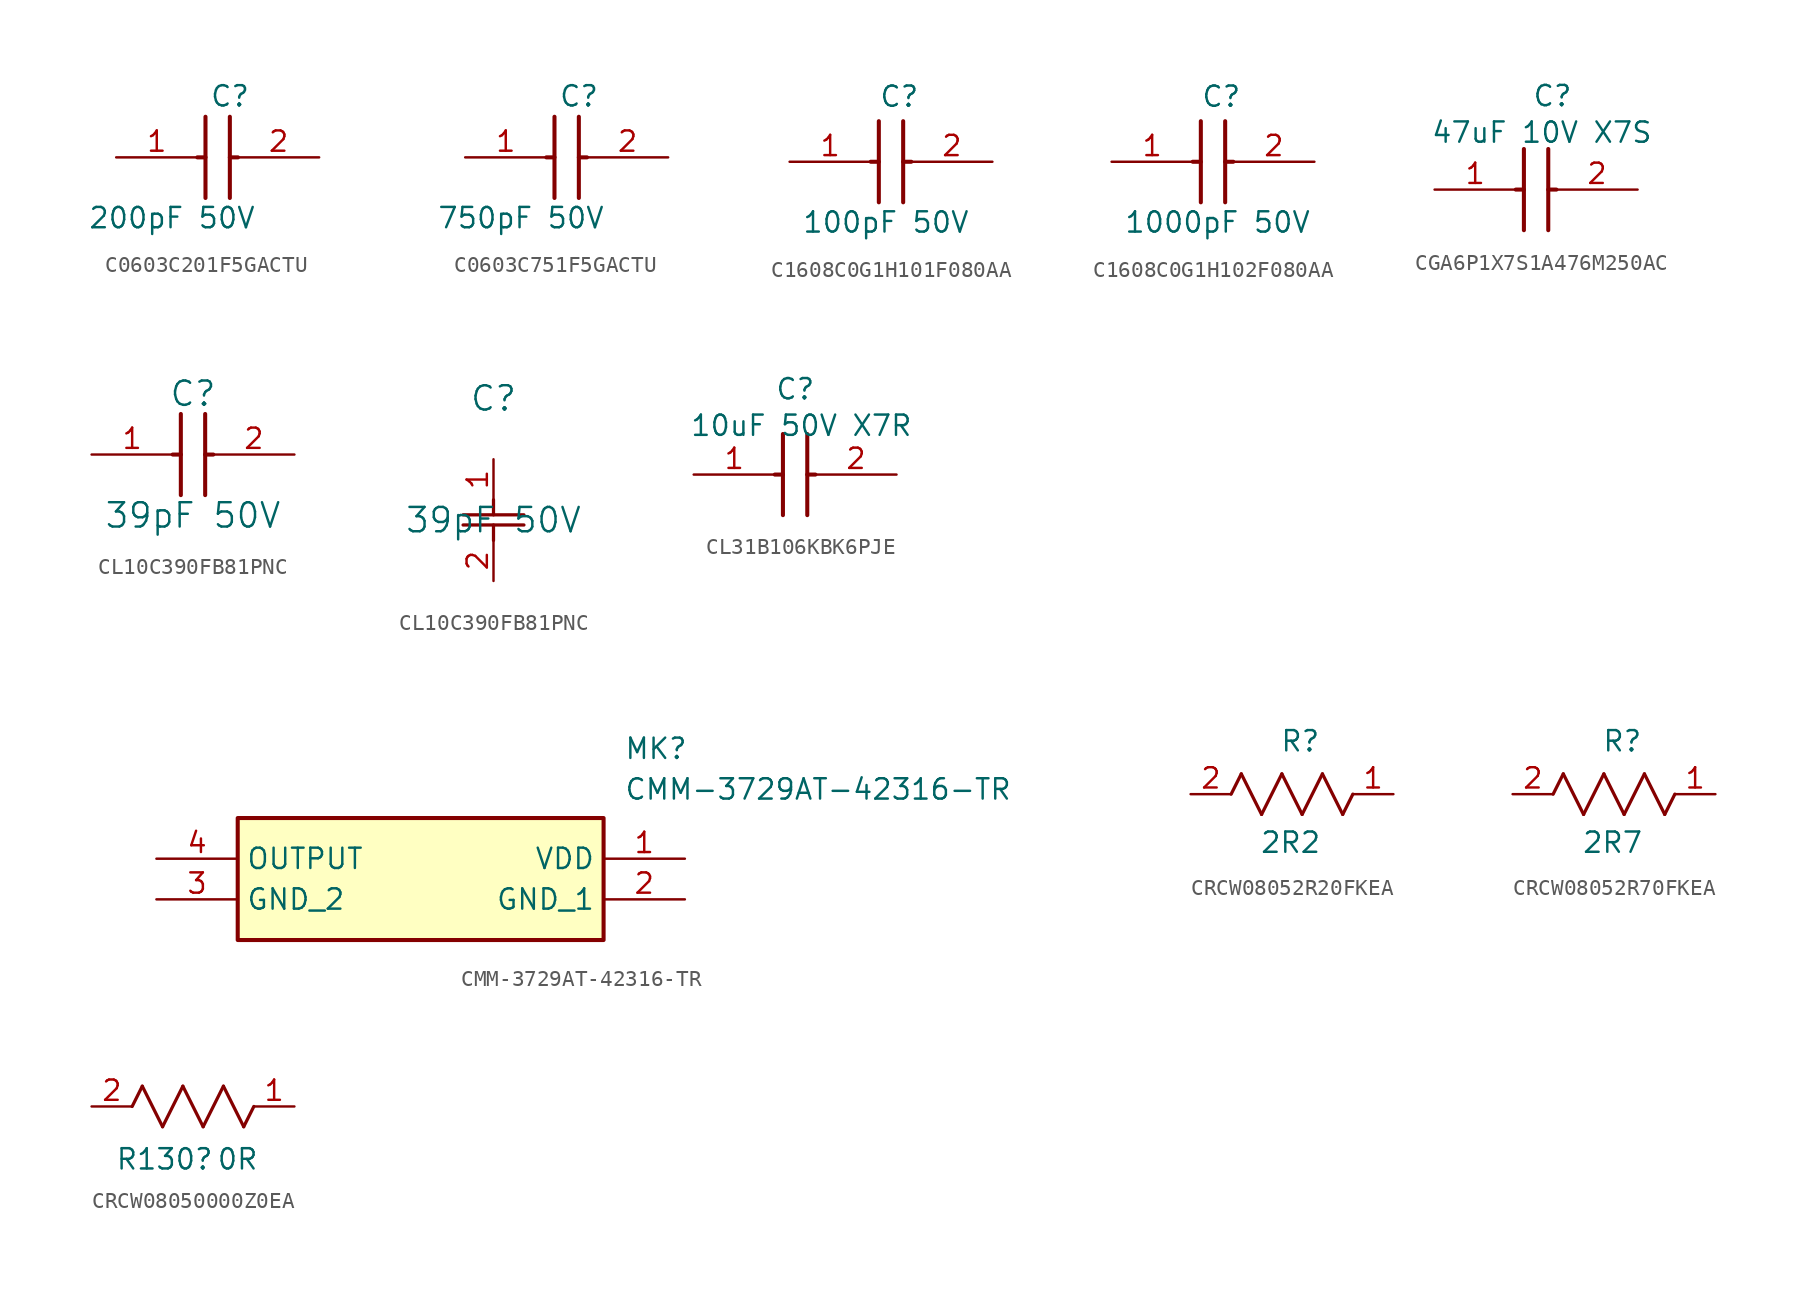
<source format=kicad_sym>
(kicad_symbol_lib
  (version 20241209)
  (generator "kicad_symbol_editor")
  (generator_version "9.0")
  (symbol "C0603C201F5GACTU"
    (pin_names
      (hide yes))
    (property "Reference" "C"
      (at -0.508 4.572 0)
      (effects (font (size 1.27 1.27)) (justify left top)))
    (property "Value" "200pF 50V"
      (at -8.128 -3.048 0)
      (effects (font (size 1.27 1.27)) (justify left top)))
    (symbol "C0603C201F5GACTU_1_1"
      (polyline (pts (xy -1.27 0) (xy -0.762 0)) (stroke (width 0.254) (type default)) (fill (type none)))
      (polyline (pts (xy -0.762 2.54) (xy -0.762 -2.54)) (stroke (width 0.254) (type default)) (fill (type none)))
      (polyline (pts (xy 0.762 2.54) (xy 0.762 -2.54)) (stroke (width 0.254) (type default)) (fill (type none)))
      (polyline (pts (xy 0.762 0) (xy 1.27 0)) (stroke (width 0.254) (type default)) (fill (type none)))
      (pin passive line (at -6.35 0 0) (length 5.08) (name "1" (effects (font (size 1.27 1.27)))) (number "1" (effects (font (size 1.27 1.27)))))
      (pin passive line (at 6.35 0 180) (length 5.08) (name "2" (effects (font (size 1.27 1.27)))) (number "2" (effects (font (size 1.27 1.27)))))))
  (symbol "C0603C751F5GACTU"
    (pin_names
      (hide yes))
    (property "Reference" "C"
      (at -0.508 4.572 0)
      (effects (font (size 1.27 1.27)) (justify left top)))
    (property "Value" "750pF 50V"
      (at -8.128 -3.048 0)
      (effects (font (size 1.27 1.27)) (justify left top)))
    (symbol "C0603C751F5GACTU_1_1"
      (polyline (pts (xy -1.27 0) (xy -0.762 0)) (stroke (width 0.254) (type default)) (fill (type none)))
      (polyline (pts (xy -0.762 2.54) (xy -0.762 -2.54)) (stroke (width 0.254) (type default)) (fill (type none)))
      (polyline (pts (xy 0.762 2.54) (xy 0.762 -2.54)) (stroke (width 0.254) (type default)) (fill (type none)))
      (polyline (pts (xy 0.762 0) (xy 1.27 0)) (stroke (width 0.254) (type default)) (fill (type none)))
      (pin passive line (at -6.35 0 0) (length 5.08) (name "1" (effects (font (size 1.27 1.27)))) (number "1" (effects (font (size 1.27 1.27)))))
      (pin passive line (at 6.35 0 180) (length 5.08) (name "2" (effects (font (size 1.27 1.27)))) (number "2" (effects (font (size 1.27 1.27)))))))
  (symbol "C1608C0G1H101F080AA"
    (pin_names
      (hide yes))
    (property "Reference" "C"
      (at -0.762 4.826 0)
      (effects (font (size 1.27 1.27)) (justify left top)))
    (property "Value" "100pF 50V"
      (at -5.588 -3.048 0)
      (effects (font (size 1.27 1.27)) (justify left top)))
    (symbol "C1608C0G1H101F080AA_1_1"
      (polyline (pts (xy -1.27 0) (xy -0.762 0)) (stroke (width 0.254) (type default)) (fill (type none)))
      (polyline (pts (xy -0.762 2.54) (xy -0.762 -2.54)) (stroke (width 0.254) (type default)) (fill (type none)))
      (polyline (pts (xy 0.762 2.54) (xy 0.762 -2.54)) (stroke (width 0.254) (type default)) (fill (type none)))
      (polyline (pts (xy 0.762 0) (xy 1.27 0)) (stroke (width 0.254) (type default)) (fill (type none)))
      (pin passive line (at -6.35 0 0) (length 5.08) (name "1" (effects (font (size 1.27 1.27)))) (number "1" (effects (font (size 1.27 1.27)))))
      (pin passive line (at 6.35 0 180) (length 5.08) (name "2" (effects (font (size 1.27 1.27)))) (number "2" (effects (font (size 1.27 1.27)))))))
  (symbol "C1608C0G1H102F080AA"
    (pin_names
      (hide yes))
    (property "Reference" "C"
      (at -0.762 4.826 0)
      (effects (font (size 1.27 1.27)) (justify left top)))
    (property "Value" "1000pF 50V"
      (at -5.588 -3.048 0)
      (effects (font (size 1.27 1.27)) (justify left top)))
    (symbol "C1608C0G1H102F080AA_1_1"
      (polyline (pts (xy -1.27 0) (xy -0.762 0)) (stroke (width 0.254) (type default)) (fill (type none)))
      (polyline (pts (xy -0.762 2.54) (xy -0.762 -2.54)) (stroke (width 0.254) (type default)) (fill (type none)))
      (polyline (pts (xy 0.762 2.54) (xy 0.762 -2.54)) (stroke (width 0.254) (type default)) (fill (type none)))
      (polyline (pts (xy 0.762 0) (xy 1.27 0)) (stroke (width 0.254) (type default)) (fill (type none)))
      (pin passive line (at -6.35 0 0) (length 5.08) (name "1" (effects (font (size 1.27 1.27)))) (number "1" (effects (font (size 1.27 1.27)))))
      (pin passive line (at 6.35 0 180) (length 5.08) (name "2" (effects (font (size 1.27 1.27)))) (number "2" (effects (font (size 1.27 1.27)))))))
  (symbol "CGA6P1X7S1A476M250AC"
    (pin_names
      (hide yes))
    (property "Reference" "C"
      (at 6.096 6.604 0)
      (effects (font (size 1.27 1.27)) (justify left top)))
    (property "Value" "47uF 10V X7S"
      (at -0.254 4.318 0)
      (effects (font (size 1.27 1.27)) (justify left top)))
    (symbol "CGA6P1X7S1A476M250AC_1_1"
      (polyline (pts (xy 5.08 0) (xy 5.588 0)) (stroke (width 0.254) (type default)) (fill (type none)))
      (polyline (pts (xy 5.588 2.54) (xy 5.588 -2.54)) (stroke (width 0.254) (type default)) (fill (type none)))
      (polyline (pts (xy 7.112 2.54) (xy 7.112 -2.54)) (stroke (width 0.254) (type default)) (fill (type none)))
      (polyline (pts (xy 7.112 0) (xy 7.62 0)) (stroke (width 0.254) (type default)) (fill (type none)))
      (pin passive line (at 0 0 0) (length 5.08) (name "1" (effects (font (size 1.27 1.27)))) (number "1" (effects (font (size 1.27 1.27)))))
      (pin passive line (at 12.7 0 180) (length 5.08) (name "2" (effects (font (size 1.27 1.27)))) (number "2" (effects (font (size 1.27 1.27)))))))
  (symbol "CL10C390FB81PNC"
    (pin_names
      (offset 0.254)
      (hide yes))
    (property "Reference" "C"
      (at 0 3.81 0)
      (effects (font (size 1.524 1.524))))
    (property "Value" "39pF 50V"
      (at 0 -3.81 0)
      (effects (font (size 1.524 1.524))))
    (symbol "CL10C390FB81PNC_1_1"
      (polyline (pts (xy -1.27 0) (xy -0.762 0)) (stroke (width 0.254) (type default)) (fill (type none)))
      (polyline (pts (xy -0.762 2.54) (xy -0.762 -2.54)) (stroke (width 0.254) (type default)) (fill (type none)))
      (polyline (pts (xy 0.762 2.54) (xy 0.762 -2.54)) (stroke (width 0.254) (type default)) (fill (type none)))
      (polyline (pts (xy 0.762 0) (xy 1.27 0)) (stroke (width 0.254) (type default)) (fill (type none)))
      (pin passive line (at -6.35 0 0) (length 5.08) (name "1" (effects (font (size 1.27 1.27)))) (number "1" (effects (font (size 1.27 1.27)))))
      (pin passive line (at 6.35 0 180) (length 5.08) (name "2" (effects (font (size 1.27 1.27)))) (number "2" (effects (font (size 1.27 1.27))))))
    (symbol "CL10C390FB81PNC_1_2"
      (polyline (pts (xy -1.905 -3.48) (xy 1.905 -3.48)) (stroke (width 0.203) (type default)) (fill (type none)))
      (polyline (pts (xy -1.905 -4.115) (xy 1.905 -4.115)) (stroke (width 0.203) (type default)) (fill (type none)))
      (polyline (pts (xy 0 -2.54) (xy 0 -3.48)) (stroke (width 0.203) (type default)) (fill (type none)))
      (polyline (pts (xy 0 -4.115) (xy 0 -5.08)) (stroke (width 0.203) (type default)) (fill (type none)))
      (pin unspecified line (at 0 0 270) (length 2.54) (name "" (effects (font (size 1.27 1.27)))) (number "1" (effects (font (size 1.27 1.27)))))
      (pin unspecified line (at 0 -7.62 90) (length 2.54) (name "" (effects (font (size 1.27 1.27)))) (number "2" (effects (font (size 1.27 1.27)))))))
  (symbol "CL31B106KBK6PJE"
    (pin_names
      (hide yes))
    (property "Reference" "C"
      (at 5.08 6.096 0)
      (effects (font (size 1.27 1.27)) (justify left top)))
    (property "Value" "10uF 50V X7R"
      (at -0.254 3.81 0)
      (effects (font (size 1.27 1.27)) (justify left top)))
    (symbol "CL31B106KBK6PJE_1_1"
      (polyline (pts (xy 5.08 0) (xy 5.588 0)) (stroke (width 0.254) (type default)) (fill (type none)))
      (polyline (pts (xy 5.588 2.54) (xy 5.588 -2.54)) (stroke (width 0.254) (type default)) (fill (type none)))
      (polyline (pts (xy 7.112 2.54) (xy 7.112 -2.54)) (stroke (width 0.254) (type default)) (fill (type none)))
      (polyline (pts (xy 7.112 0) (xy 7.62 0)) (stroke (width 0.254) (type default)) (fill (type none)))
      (pin passive line (at 0 0 0) (length 5.08) (name "1" (effects (font (size 1.27 1.27)))) (number "1" (effects (font (size 1.27 1.27)))))
      (pin passive line (at 12.7 0 180) (length 5.08) (name "2" (effects (font (size 1.27 1.27)))) (number "2" (effects (font (size 1.27 1.27)))))))
  (symbol "CMM-3729AT-42316-TR"
    (property "Reference" "MK"
      (at 29.21 7.62 0)
      (effects (font (size 1.27 1.27)) (justify left top)))
    (property "Value" "CMM-3729AT-42316-TR"
      (at 29.21 5.08 0)
      (effects (font (size 1.27 1.27)) (justify left top)))
    (symbol "CMM-3729AT-42316-TR_1_1"
      (rectangle (start 5.08 2.54) (end 27.94 -5.08) (stroke (width 0.254) (type default)) (fill (type background)))
      (pin passive line (at 0 0 0) (length 5.08) (name "OUTPUT" (effects (font (size 1.27 1.27)))) (number "4" (effects (font (size 1.27 1.27)))))
      (pin passive line (at 0 -2.54 0) (length 5.08) (name "GND_2" (effects (font (size 1.27 1.27)))) (number "3" (effects (font (size 1.27 1.27)))))
      (pin passive line (at 33.02 0 180) (length 5.08) (name "VDD" (effects (font (size 1.27 1.27)))) (number "1" (effects (font (size 1.27 1.27)))))
      (pin passive line (at 33.02 -2.54 180) (length 5.08) (name "GND_1" (effects (font (size 1.27 1.27)))) (number "2" (effects (font (size 1.27 1.27)))))))
  (symbol "CRCW08052R20FKEA"
    (pin_names
      (hide yes))
    (property "Reference" "R"
      (at -0.762 4.064 0)
      (effects (font (size 1.27 1.27)) (justify left top)))
    (property "Value" "2R2"
      (at -2.032 -2.286 0)
      (effects (font (size 1.27 1.27)) (justify left top)))
    (symbol "CRCW08052R20FKEA_1_1"
      (polyline (pts (xy -3.81 0) (xy -3.175 1.27)) (stroke (width 0.203) (type default)) (fill (type none)))
      (polyline (pts (xy -3.175 1.27) (xy -1.905 -1.27)) (stroke (width 0.203) (type default)) (fill (type none)))
      (polyline (pts (xy -1.905 -1.27) (xy -0.635 1.27)) (stroke (width 0.203) (type default)) (fill (type none)))
      (polyline (pts (xy -0.635 1.27) (xy 0.635 -1.27)) (stroke (width 0.203) (type default)) (fill (type none)))
      (polyline (pts (xy 0.635 -1.27) (xy 1.905 1.27)) (stroke (width 0.203) (type default)) (fill (type none)))
      (polyline (pts (xy 1.905 1.27) (xy 3.175 -1.27)) (stroke (width 0.203) (type default)) (fill (type none)))
      (polyline (pts (xy 3.175 -1.27) (xy 3.81 0)) (stroke (width 0.203) (type default)) (fill (type none)))
      (pin passive line (at -6.35 0 0) (length 2.54) (name "" (effects (font (size 1.27 1.27)))) (number "2" (effects (font (size 1.27 1.27)))))
      (pin passive line (at 6.35 0 180) (length 2.54) (name "" (effects (font (size 1.27 1.27)))) (number "1" (effects (font (size 1.27 1.27)))))))
  (symbol "CRCW08052R70FKEA"
    (pin_names
      (hide yes))
    (property "Reference" "R"
      (at -0.762 4.064 0)
      (effects (font (size 1.27 1.27)) (justify left top)))
    (property "Value" "2R7"
      (at -2.032 -2.286 0)
      (effects (font (size 1.27 1.27)) (justify left top)))
    (symbol "CRCW08052R70FKEA_1_1"
      (polyline (pts (xy -3.81 0) (xy -3.175 1.27)) (stroke (width 0.203) (type default)) (fill (type none)))
      (polyline (pts (xy -3.175 1.27) (xy -1.905 -1.27)) (stroke (width 0.203) (type default)) (fill (type none)))
      (polyline (pts (xy -1.905 -1.27) (xy -0.635 1.27)) (stroke (width 0.203) (type default)) (fill (type none)))
      (polyline (pts (xy -0.635 1.27) (xy 0.635 -1.27)) (stroke (width 0.203) (type default)) (fill (type none)))
      (polyline (pts (xy 0.635 -1.27) (xy 1.905 1.27)) (stroke (width 0.203) (type default)) (fill (type none)))
      (polyline (pts (xy 1.905 1.27) (xy 3.175 -1.27)) (stroke (width 0.203) (type default)) (fill (type none)))
      (polyline (pts (xy 3.175 -1.27) (xy 3.81 0)) (stroke (width 0.203) (type default)) (fill (type none)))
      (pin passive line (at -6.35 0 0) (length 2.54) (name "" (effects (font (size 1.27 1.27)))) (number "2" (effects (font (size 1.27 1.27)))))
      (pin passive line (at 6.35 0 180) (length 2.54) (name "" (effects (font (size 1.27 1.27)))) (number "1" (effects (font (size 1.27 1.27)))))))
  (symbol "CRCW08050000Z0EA"
    (pin_names
      (hide yes))
    (property "Reference" "R130"
      (at -1.778 -3.302 0)
      (effects (font (size 1.27 1.27))))
    (property "Value" "0R"
      (at 2.794 -3.302 0)
      (effects (font (size 1.27 1.27))))
    (symbol "CRCW08050000Z0EA_1_1"
      (polyline (pts (xy -3.81 0) (xy -3.175 1.27)) (stroke (width 0.203) (type default)) (fill (type none)))
      (polyline (pts (xy -3.175 1.27) (xy -1.905 -1.27)) (stroke (width 0.203) (type default)) (fill (type none)))
      (polyline (pts (xy -1.905 -1.27) (xy -0.635 1.27)) (stroke (width 0.203) (type default)) (fill (type none)))
      (polyline (pts (xy -0.635 1.27) (xy 0.635 -1.27)) (stroke (width 0.203) (type default)) (fill (type none)))
      (polyline (pts (xy 0.635 -1.27) (xy 1.905 1.27)) (stroke (width 0.203) (type default)) (fill (type none)))
      (polyline (pts (xy 1.905 1.27) (xy 3.175 -1.27)) (stroke (width 0.203) (type default)) (fill (type none)))
      (polyline (pts (xy 3.175 -1.27) (xy 3.81 0)) (stroke (width 0.203) (type default)) (fill (type none)))
      (pin passive line (at -6.35 0 0) (length 2.54) (name "" (effects (font (size 1.27 1.27)))) (number "2" (effects (font (size 1.27 1.27)))))
      (pin passive line (at 6.35 0 180) (length 2.54) (name "" (effects (font (size 1.27 1.27)))) (number "1" (effects (font (size 1.27 1.27))))))))
</source>
